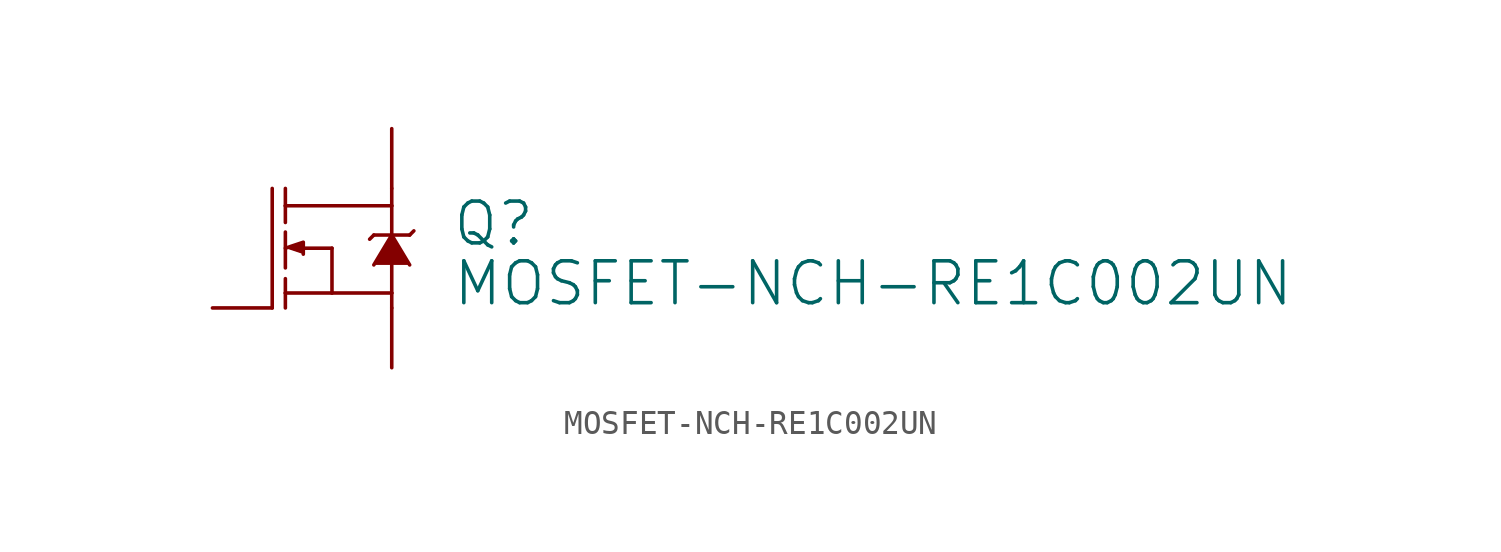
<source format=kicad_sym>
(kicad_symbol_lib
  (version 20211014)
  (generator kicad_symbol_editor)
  (symbol "MOSFET-NCH-RE1C002UN"
    (property "Reference" "Q"
      (at 5.08 0 0)
      (effects (font (size 1.778 1.778)) (justify left bottom)))
    (property "Value" "MOSFET-NCH-RE1C002UN"
      (at 5.08 -2.54 0)
      (effects (font (size 1.778 1.778)) (justify left bottom)))
    (property "ki_locked" ""
      (at 0 0 0)
      (effects (font (size 1.27 1.27))))
    (symbol "MOSFET-NCH-RE1C002UN_1_0"
      (polyline (pts (xy -2.54 -2.54) (xy -2.54 2.54)) (stroke (width 0.152) (type default) (color 0 0 0 0)) (fill (type none)))
      (polyline (pts (xy -1.981 -1.905) (xy -1.981 -2.54)) (stroke (width 0.152) (type default) (color 0 0 0 0)) (fill (type none)))
      (polyline (pts (xy -1.981 -1.905) (xy 0 -1.905)) (stroke (width 0.152) (type default) (color 0 0 0 0)) (fill (type none)))
      (polyline (pts (xy -1.981 -1.295) (xy -1.981 -1.905)) (stroke (width 0.152) (type default) (color 0 0 0 0)) (fill (type none)))
      (polyline (pts (xy -1.981 0.686) (xy -1.981 -0.838)) (stroke (width 0.152) (type default) (color 0 0 0 0)) (fill (type none)))
      (polyline (pts (xy -1.981 1.803) (xy -1.981 1.092)) (stroke (width 0.152) (type default) (color 0 0 0 0)) (fill (type none)))
      (polyline (pts (xy -1.981 1.803) (xy 2.54 1.803)) (stroke (width 0.152) (type default) (color 0 0 0 0)) (fill (type none)))
      (polyline (pts (xy -1.981 2.54) (xy -1.981 1.803)) (stroke (width 0.152) (type default) (color 0 0 0 0)) (fill (type none)))
      (polyline (pts (xy 0 -1.905) (xy 0 0)) (stroke (width 0.152) (type default) (color 0 0 0 0)) (fill (type none)))
      (polyline (pts (xy 0 0) (xy -1.219 0)) (stroke (width 0.152) (type default) (color 0 0 0 0)) (fill (type none)))
      (polyline (pts (xy 1.6 0.381) (xy 1.778 0.559)) (stroke (width 0.152) (type default) (color 0 0 0 0)) (fill (type none)))
      (polyline (pts (xy 2.54 -2.54) (xy 2.54 -1.905)) (stroke (width 0.152) (type default) (color 0 0 0 0)) (fill (type none)))
      (polyline (pts (xy 2.54 -1.905) (xy 0 -1.905)) (stroke (width 0.152) (type default) (color 0 0 0 0)) (fill (type none)))
      (polyline (pts (xy 2.54 -0.711) (xy 2.54 -1.905)) (stroke (width 0.152) (type default) (color 0 0 0 0)) (fill (type none)))
      (polyline (pts (xy 2.54 0.559) (xy 1.778 0.559)) (stroke (width 0.152) (type default) (color 0 0 0 0)) (fill (type none)))
      (polyline (pts (xy 2.54 0.559) (xy 3.302 0.559)) (stroke (width 0.152) (type default) (color 0 0 0 0)) (fill (type none)))
      (polyline (pts (xy 2.54 1.803) (xy 2.54 0.559)) (stroke (width 0.152) (type default) (color 0 0 0 0)) (fill (type none)))
      (polyline (pts (xy 2.54 2.54) (xy 2.54 1.803)) (stroke (width 0.152) (type default) (color 0 0 0 0)) (fill (type none)))
      (polyline (pts (xy 3.302 0.559) (xy 3.48 0.737)) (stroke (width 0.152) (type default) (color 0 0 0 0)) (fill (type none)))
      (polyline (pts (xy -1.981 0) (xy -1.219 0.254) (xy -1.219 -0.254)) (stroke (width 0) (type default) (color 0 0 0 0)) (fill (type outline)))
      (polyline (pts (xy 1.778 -0.711) (xy 2.54 0.559) (xy 3.302 -0.711)) (stroke (width 0) (type default) (color 0 0 0 0)) (fill (type outline)))
      (pin bidirectional line (at -5.08 -2.54 0) (length 2.54) (name "G" (effects (font (size 0 0)))) (number "1" (effects (font (size 0 0)))))
      (pin bidirectional line (at 2.54 -5.08 90) (length 2.54) (name "S" (effects (font (size 0 0)))) (number "2" (effects (font (size 0 0)))))
      (pin bidirectional line (at 2.54 5.08 270) (length 2.54) (name "D" (effects (font (size 0 0)))) (number "3" (effects (font (size 0 0))))))))
</source>
